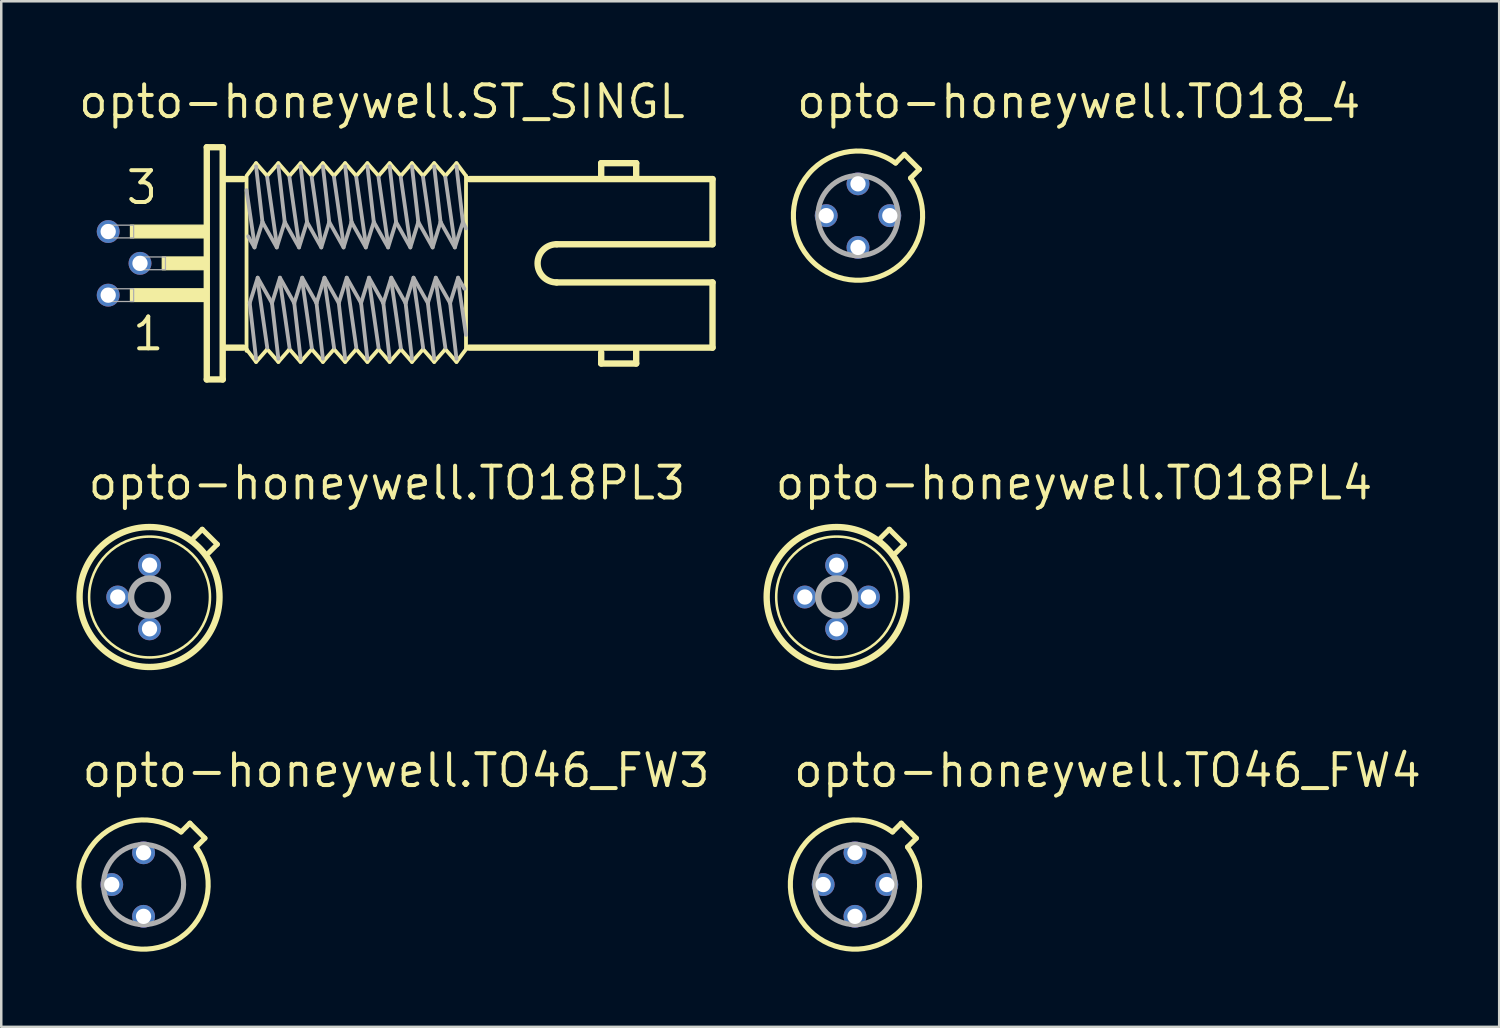
<source format=kicad_pcb>
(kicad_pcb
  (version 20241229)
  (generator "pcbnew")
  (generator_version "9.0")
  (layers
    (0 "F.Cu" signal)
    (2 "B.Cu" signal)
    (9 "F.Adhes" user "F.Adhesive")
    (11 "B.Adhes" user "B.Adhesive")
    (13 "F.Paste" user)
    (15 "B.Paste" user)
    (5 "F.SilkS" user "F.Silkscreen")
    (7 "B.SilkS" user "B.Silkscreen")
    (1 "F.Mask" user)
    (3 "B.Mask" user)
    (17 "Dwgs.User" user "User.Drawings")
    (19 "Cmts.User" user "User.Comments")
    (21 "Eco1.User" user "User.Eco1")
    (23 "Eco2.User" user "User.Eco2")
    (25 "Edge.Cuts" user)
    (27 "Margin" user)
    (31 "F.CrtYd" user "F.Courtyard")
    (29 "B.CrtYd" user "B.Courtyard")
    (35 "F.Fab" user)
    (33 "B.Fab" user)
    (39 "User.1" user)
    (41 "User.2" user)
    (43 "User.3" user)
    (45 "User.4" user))
  (footprint "opto-honeywell.TO18PL4"
    (layer "F.Cu")
    (at 30.356 20.788)
    (property "Reference" "opto-honeywell.TO18PL4" (at -2.54 -3.81 0) (layer "F.SilkS") (effects (font (size 1.27 1.27) (thickness 0.16)) (justify left bottom)))
    (attr through_hole)
    (fp_line (start 1.754 -2.354) (end 2.104 -2.704) (stroke (width 0.203) (type default)) (layer "F.SilkS"))
    (fp_line (start 2.104 -2.704) (end 2.704 -2.104) (stroke (width 0.203) (type default)) (layer "F.SilkS"))
    (fp_line (start 2.704 -2.104) (end 2.354 -1.754) (stroke (width 0.203) (type default)) (layer "F.SilkS"))
    (fp_circle (center 0 0) (end 2.413 0) (stroke (width 0.102) (type default)) (fill no) (layer "F.SilkS"))
    (fp_circle (center 0 0) (end 2.794 0) (stroke (width 0.254) (type default)) (fill no) (layer "F.SilkS"))
    (fp_circle (center 0 0) (end 0.737 0) (stroke (width 0.254) (type default)) (fill no) (layer "F.Fab"))
    (pad "1" thru_hole circle (at 0 -1.27) (size 0.914 0.914) (drill 0.61) (layers "*.Cu" "*.Mask"))
    (pad "2" thru_hole circle (at -1.27 0) (size 0.914 0.914) (drill 0.61) (layers "*.Cu" "*.Mask"))
    (pad "3" thru_hole circle (at 0 1.27) (size 0.914 0.914) (drill 0.61) (layers "*.Cu" "*.Mask"))
    (pad "4" thru_hole circle (at 1.27 0) (size 0.914 0.914) (drill 0.61) (layers "*.Cu" "*.Mask")))
  (footprint "opto-honeywell.TO46_FW4"
    (layer "F.Cu")
    (at 31.088 32.269)
    (property "Reference" "opto-honeywell.TO46_FW4" (at -2.54 -3.81 0) (layer "F.SilkS") (effects (font (size 1.27 1.27) (thickness 0.16)) (justify left bottom)))
    (attr through_hole)
    (fp_line (start 1.5 -2.1) (end 1.85 -2.45) (stroke (width 0.203) (type default)) (layer "F.SilkS"))
    (fp_line (start 1.85 -2.45) (end 2.45 -1.85) (stroke (width 0.203) (type default)) (layer "F.SilkS"))
    (fp_line (start 2.45 -1.85) (end 2.1 -1.5) (stroke (width 0.203) (type default)) (layer "F.SilkS"))
    (fp_arc (start 2.099999 -1.5) (mid -1.824854 1.824854) (end 1.5 -2.099999) (stroke (width 0.2032) (type default)) (layer "F.SilkS"))
    (fp_circle (center 0 0) (end 1.6 0) (stroke (width 0.203) (type default)) (fill no) (layer "F.Fab"))
    (pad "1" thru_hole circle (at 0 -1.27) (size 0.914 0.914) (drill 0.61) (layers "*.Cu" "*.Mask"))
    (pad "2" thru_hole circle (at -1.27 0) (size 0.914 0.914) (drill 0.61) (layers "*.Cu" "*.Mask"))
    (pad "3" thru_hole circle (at 0 1.27) (size 0.914 0.914) (drill 0.61) (layers "*.Cu" "*.Mask"))
    (pad "4" thru_hole circle (at 1.27 0) (size 0.914 0.914) (drill 0.61) (layers "*.Cu" "*.Mask")))
  (footprint "opto-honeywell.TO18_4"
    (layer "F.Cu")
    (at 31.209 5.56)
    (property "Reference" "opto-honeywell.TO18_4" (at -2.54 -3.81 0) (layer "F.SilkS") (effects (font (size 1.27 1.27) (thickness 0.16)) (justify left bottom)))
    (attr through_hole)
    (fp_line (start 1.5 -2.1) (end 1.85 -2.45) (stroke (width 0.203) (type default)) (layer "F.SilkS"))
    (fp_line (start 1.85 -2.45) (end 2.45 -1.85) (stroke (width 0.203) (type default)) (layer "F.SilkS"))
    (fp_line (start 2.45 -1.85) (end 2.1 -1.5) (stroke (width 0.203) (type default)) (layer "F.SilkS"))
    (fp_arc (start 2.099999 -1.5) (mid -1.824854 1.824854) (end 1.5 -2.099999) (stroke (width 0.2032) (type default)) (layer "F.SilkS"))
    (fp_circle (center 0 0) (end 1.6 0) (stroke (width 0.203) (type default)) (fill no) (layer "F.Fab"))
    (pad "1" thru_hole circle (at 0 -1.27) (size 0.914 0.914) (drill 0.61) (layers "*.Cu" "*.Mask"))
    (pad "2" thru_hole circle (at -1.27 0) (size 0.914 0.914) (drill 0.61) (layers "*.Cu" "*.Mask"))
    (pad "3" thru_hole circle (at 0 1.27) (size 0.914 0.914) (drill 0.61) (layers "*.Cu" "*.Mask"))
    (pad "4" thru_hole circle (at 1.27 0) (size 0.914 0.914) (drill 0.61) (layers "*.Cu" "*.Mask")))
  (footprint "opto-honeywell.TO18PL3"
    (layer "F.Cu")
    (at 2.921 20.788)
    (property "Reference" "opto-honeywell.TO18PL3" (at -2.54 -3.81 0) (layer "F.SilkS") (effects (font (size 1.27 1.27) (thickness 0.16)) (justify left bottom)))
    (attr through_hole)
    (fp_line (start 1.754 -2.354) (end 2.104 -2.704) (stroke (width 0.203) (type default)) (layer "F.SilkS"))
    (fp_line (start 2.104 -2.704) (end 2.704 -2.104) (stroke (width 0.203) (type default)) (layer "F.SilkS"))
    (fp_line (start 2.704 -2.104) (end 2.354 -1.754) (stroke (width 0.203) (type default)) (layer "F.SilkS"))
    (fp_circle (center 0 0) (end 2.413 0) (stroke (width 0.102) (type default)) (fill no) (layer "F.SilkS"))
    (fp_circle (center 0 0) (end 2.794 0) (stroke (width 0.254) (type default)) (fill no) (layer "F.SilkS"))
    (fp_circle (center 0 0) (end 0.737 0) (stroke (width 0.254) (type default)) (fill no) (layer "F.Fab"))
    (pad "1" thru_hole circle (at 0 -1.27) (size 0.914 0.914) (drill 0.61) (layers "*.Cu" "*.Mask"))
    (pad "2" thru_hole circle (at -1.27 0) (size 0.914 0.914) (drill 0.61) (layers "*.Cu" "*.Mask"))
    (pad "3" thru_hole circle (at 0 1.27) (size 0.914 0.914) (drill 0.61) (layers "*.Cu" "*.Mask")))
  (footprint "opto-honeywell.ST_SINGL"
    (layer "F.Cu")
    (at 5.08 7.465)
    (property "Reference" "opto-honeywell.ST_SINGL" (at -5.08 -5.715 0) (layer "F.SilkS") (effects (font (size 1.27 1.27) (thickness 0.16)) (justify left bottom)))
    (attr through_hole)
    (fp_line (start 0.127 -4.636) (end 0.762 -4.636) (stroke (width 0.254) (type default)) (layer "F.SilkS"))
    (fp_line (start 0.127 4.636) (end 0.127 -4.636) (stroke (width 0.254) (type default)) (layer "F.SilkS"))
    (fp_line (start 0.762 -4.636) (end 0.762 4.636) (stroke (width 0.254) (type default)) (layer "F.SilkS"))
    (fp_line (start 0.762 4.636) (end 0.127 4.636) (stroke (width 0.254) (type default)) (layer "F.SilkS"))
    (fp_line (start 0.889 -3.365) (end 1.587 -3.365) (stroke (width 0.254) (type default)) (layer "F.SilkS"))
    (fp_line (start 0.889 3.365) (end 1.587 3.365) (stroke (width 0.254) (type default)) (layer "F.SilkS"))
    (fp_line (start 1.714 -3.493) (end 2.095 -4) (stroke (width 0.152) (type default)) (layer "F.SilkS"))
    (fp_line (start 1.714 3.429) (end 1.714 -3.429) (stroke (width 0.152) (type default)) (layer "F.SilkS"))
    (fp_line (start 1.714 3.493) (end 1.714 3.429) (stroke (width 0.152) (type default)) (layer "F.SilkS"))
    (fp_line (start 2.095 -4) (end 2.54 -3.493) (stroke (width 0.152) (type default)) (layer "F.SilkS"))
    (fp_line (start 2.095 3.937) (end 1.714 3.429) (stroke (width 0.152) (type default)) (layer "F.SilkS"))
    (fp_line (start 2.54 -3.493) (end 2.985 -4) (stroke (width 0.152) (type default)) (layer "F.SilkS"))
    (fp_line (start 2.54 3.429) (end 2.095 3.937) (stroke (width 0.152) (type default)) (layer "F.SilkS"))
    (fp_line (start 2.985 -4) (end 3.429 -3.493) (stroke (width 0.152) (type default)) (layer "F.SilkS"))
    (fp_line (start 2.985 3.937) (end 2.54 3.429) (stroke (width 0.152) (type default)) (layer "F.SilkS"))
    (fp_line (start 3.429 -3.493) (end 3.873 -4) (stroke (width 0.152) (type default)) (layer "F.SilkS"))
    (fp_line (start 3.429 3.429) (end 2.985 3.937) (stroke (width 0.152) (type default)) (layer "F.SilkS"))
    (fp_line (start 3.873 -4) (end 4.318 -3.493) (stroke (width 0.152) (type default)) (layer "F.SilkS"))
    (fp_line (start 3.873 3.937) (end 3.429 3.429) (stroke (width 0.152) (type default)) (layer "F.SilkS"))
    (fp_line (start 4.318 -3.493) (end 4.763 -4) (stroke (width 0.152) (type default)) (layer "F.SilkS"))
    (fp_line (start 4.318 3.429) (end 3.873 3.937) (stroke (width 0.152) (type default)) (layer "F.SilkS"))
    (fp_line (start 4.763 -4) (end 5.207 -3.493) (stroke (width 0.152) (type default)) (layer "F.SilkS"))
    (fp_line (start 4.763 3.937) (end 4.318 3.429) (stroke (width 0.152) (type default)) (layer "F.SilkS"))
    (fp_line (start 5.207 -3.493) (end 5.652 -4) (stroke (width 0.152) (type default)) (layer "F.SilkS"))
    (fp_line (start 5.207 3.429) (end 4.763 3.937) (stroke (width 0.152) (type default)) (layer "F.SilkS"))
    (fp_line (start 5.652 -4) (end 6.096 -3.493) (stroke (width 0.152) (type default)) (layer "F.SilkS"))
    (fp_line (start 5.652 3.937) (end 5.207 3.429) (stroke (width 0.152) (type default)) (layer "F.SilkS"))
    (fp_line (start 6.096 -3.493) (end 6.54 -4) (stroke (width 0.152) (type default)) (layer "F.SilkS"))
    (fp_line (start 6.096 3.429) (end 5.652 3.937) (stroke (width 0.152) (type default)) (layer "F.SilkS"))
    (fp_line (start 6.54 -4) (end 6.985 -3.493) (stroke (width 0.152) (type default)) (layer "F.SilkS"))
    (fp_line (start 6.54 3.937) (end 6.096 3.429) (stroke (width 0.152) (type default)) (layer "F.SilkS"))
    (fp_line (start 6.985 -3.493) (end 7.429 -4) (stroke (width 0.152) (type default)) (layer "F.SilkS"))
    (fp_line (start 6.985 3.429) (end 6.54 3.937) (stroke (width 0.152) (type default)) (layer "F.SilkS"))
    (fp_line (start 7.429 -4) (end 7.874 -3.493) (stroke (width 0.152) (type default)) (layer "F.SilkS"))
    (fp_line (start 7.429 3.937) (end 6.985 3.429) (stroke (width 0.152) (type default)) (layer "F.SilkS"))
    (fp_line (start 7.874 -3.493) (end 8.319 -4) (stroke (width 0.152) (type default)) (layer "F.SilkS"))
    (fp_line (start 7.874 3.429) (end 7.429 3.937) (stroke (width 0.152) (type default)) (layer "F.SilkS"))
    (fp_line (start 8.319 -4) (end 8.763 -3.493) (stroke (width 0.152) (type default)) (layer "F.SilkS"))
    (fp_line (start 8.319 3.937) (end 7.874 3.429) (stroke (width 0.152) (type default)) (layer "F.SilkS"))
    (fp_line (start 8.763 -3.493) (end 9.207 -4) (stroke (width 0.152) (type default)) (layer "F.SilkS"))
    (fp_line (start 8.763 3.429) (end 8.319 3.937) (stroke (width 0.152) (type default)) (layer "F.SilkS"))
    (fp_line (start 9.207 -4) (end 9.652 -3.493) (stroke (width 0.152) (type default)) (layer "F.SilkS"))
    (fp_line (start 9.207 3.937) (end 8.763 3.429) (stroke (width 0.152) (type default)) (layer "F.SilkS"))
    (fp_line (start 9.652 -3.493) (end 10.097 -4) (stroke (width 0.152) (type default)) (layer "F.SilkS"))
    (fp_line (start 9.652 3.429) (end 9.207 3.937) (stroke (width 0.152) (type default)) (layer "F.SilkS"))
    (fp_line (start 10.097 -4) (end 10.477 -3.493) (stroke (width 0.152) (type default)) (layer "F.SilkS"))
    (fp_line (start 10.097 3.937) (end 9.652 3.429) (stroke (width 0.152) (type default)) (layer "F.SilkS"))
    (fp_line (start 10.477 -3.493) (end 10.477 3.429) (stroke (width 0.152) (type default)) (layer "F.SilkS"))
    (fp_line (start 10.477 3.429) (end 10.097 3.937) (stroke (width 0.152) (type default)) (layer "F.SilkS"))
    (fp_line (start 10.604 -3.365) (end 20.32 -3.365) (stroke (width 0.254) (type default)) (layer "F.SilkS"))
    (fp_line (start 14.097 0.762) (end 20.32 0.762) (stroke (width 0.254) (type default)) (layer "F.SilkS"))
    (fp_line (start 15.875 -4) (end 17.272 -4) (stroke (width 0.254) (type default)) (layer "F.SilkS"))
    (fp_line (start 15.875 -3.429) (end 15.875 -4) (stroke (width 0.254) (type default)) (layer "F.SilkS"))
    (fp_line (start 15.875 3.556) (end 15.875 4) (stroke (width 0.254) (type default)) (layer "F.SilkS"))
    (fp_line (start 15.875 4) (end 17.272 4) (stroke (width 0.254) (type default)) (layer "F.SilkS"))
    (fp_line (start 17.272 -4) (end 17.272 -3.493) (stroke (width 0.254) (type default)) (layer "F.SilkS"))
    (fp_line (start 17.272 4) (end 17.272 3.493) (stroke (width 0.254) (type default)) (layer "F.SilkS"))
    (fp_line (start 20.32 -3.365) (end 20.32 -0.762) (stroke (width 0.254) (type default)) (layer "F.SilkS"))
    (fp_line (start 20.32 -0.762) (end 14.097 -0.762) (stroke (width 0.254) (type default)) (layer "F.SilkS"))
    (fp_line (start 20.32 0.762) (end 20.32 3.365) (stroke (width 0.254) (type default)) (layer "F.SilkS"))
    (fp_line (start 20.32 3.365) (end 10.604 3.365) (stroke (width 0.254) (type default)) (layer "F.SilkS"))
    (fp_rect (start -2.921 -1.016) (end 0 -1.524) (stroke (width 0.05) (type default)) (fill yes) (layer "F.SilkS"))
    (fp_rect (start -2.921 1.524) (end 0 1.016) (stroke (width 0.05) (type default)) (fill yes) (layer "F.SilkS"))
    (fp_rect (start -1.651 0.254) (end 0 -0.254) (stroke (width 0.05) (type default)) (fill yes) (layer "F.SilkS"))
    (fp_arc (start 14.097 0.762) (mid 13.335 0) (end 14.097 -0.762) (stroke (width 0.254) (type default)) (layer "F.SilkS"))
    (fp_line (start 1.714 -2.921) (end 2.032 -0.762) (stroke (width 0.152) (type default)) (layer "F.Fab"))
    (fp_line (start 1.778 -1.079) (end 2.032 -0.635) (stroke (width 0.152) (type default)) (layer "F.Fab"))
    (fp_line (start 2.032 -0.635) (end 2.349 -1.651) (stroke (width 0.152) (type default)) (layer "F.Fab"))
    (fp_line (start 2.095 -3.873) (end 2.349 -1.651) (stroke (width 0.152) (type default)) (layer "F.Fab"))
    (fp_line (start 2.095 3.81) (end 1.841 1.587) (stroke (width 0.152) (type default)) (layer "F.Fab"))
    (fp_line (start 2.159 0.572) (end 1.841 1.587) (stroke (width 0.152) (type default)) (layer "F.Fab"))
    (fp_line (start 2.349 -1.651) (end 2.921 -0.635) (stroke (width 0.152) (type default)) (layer "F.Fab"))
    (fp_line (start 2.54 -3.429) (end 2.921 -0.762) (stroke (width 0.152) (type default)) (layer "F.Fab"))
    (fp_line (start 2.54 3.365) (end 2.159 0.699) (stroke (width 0.152) (type default)) (layer "F.Fab"))
    (fp_line (start 2.731 1.587) (end 2.159 0.572) (stroke (width 0.152) (type default)) (layer "F.Fab"))
    (fp_line (start 2.921 -0.635) (end 3.239 -1.651) (stroke (width 0.152) (type default)) (layer "F.Fab"))
    (fp_line (start 2.985 -3.873) (end 3.239 -1.651) (stroke (width 0.152) (type default)) (layer "F.Fab"))
    (fp_line (start 2.985 3.81) (end 2.731 1.587) (stroke (width 0.152) (type default)) (layer "F.Fab"))
    (fp_line (start 3.048 0.572) (end 2.731 1.587) (stroke (width 0.152) (type default)) (layer "F.Fab"))
    (fp_line (start 3.239 -1.651) (end 3.81 -0.635) (stroke (width 0.152) (type default)) (layer "F.Fab"))
    (fp_line (start 3.429 -3.429) (end 3.81 -0.762) (stroke (width 0.152) (type default)) (layer "F.Fab"))
    (fp_line (start 3.429 3.365) (end 3.048 0.699) (stroke (width 0.152) (type default)) (layer "F.Fab"))
    (fp_line (start 3.619 1.587) (end 3.048 0.572) (stroke (width 0.152) (type default)) (layer "F.Fab"))
    (fp_line (start 3.81 -0.635) (end 4.128 -1.651) (stroke (width 0.152) (type default)) (layer "F.Fab"))
    (fp_line (start 3.873 -3.873) (end 4.128 -1.651) (stroke (width 0.152) (type default)) (layer "F.Fab"))
    (fp_line (start 3.873 3.81) (end 3.619 1.587) (stroke (width 0.152) (type default)) (layer "F.Fab"))
    (fp_line (start 3.937 0.572) (end 3.619 1.587) (stroke (width 0.152) (type default)) (layer "F.Fab"))
    (fp_line (start 4.128 -1.651) (end 4.699 -0.635) (stroke (width 0.152) (type default)) (layer "F.Fab"))
    (fp_line (start 4.318 -3.429) (end 4.699 -0.762) (stroke (width 0.152) (type default)) (layer "F.Fab"))
    (fp_line (start 4.318 3.365) (end 3.937 0.699) (stroke (width 0.152) (type default)) (layer "F.Fab"))
    (fp_line (start 4.508 1.587) (end 3.937 0.572) (stroke (width 0.152) (type default)) (layer "F.Fab"))
    (fp_line (start 4.699 -0.635) (end 5.016 -1.651) (stroke (width 0.152) (type default)) (layer "F.Fab"))
    (fp_line (start 4.763 -3.873) (end 5.016 -1.651) (stroke (width 0.152) (type default)) (layer "F.Fab"))
    (fp_line (start 4.763 3.81) (end 4.508 1.587) (stroke (width 0.152) (type default)) (layer "F.Fab"))
    (fp_line (start 4.826 0.572) (end 4.508 1.587) (stroke (width 0.152) (type default)) (layer "F.Fab"))
    (fp_line (start 5.016 -1.651) (end 5.588 -0.635) (stroke (width 0.152) (type default)) (layer "F.Fab"))
    (fp_line (start 5.207 -3.429) (end 5.588 -0.762) (stroke (width 0.152) (type default)) (layer "F.Fab"))
    (fp_line (start 5.207 3.365) (end 4.826 0.699) (stroke (width 0.152) (type default)) (layer "F.Fab"))
    (fp_line (start 5.397 1.587) (end 4.826 0.572) (stroke (width 0.152) (type default)) (layer "F.Fab"))
    (fp_line (start 5.588 -0.635) (end 5.905 -1.651) (stroke (width 0.152) (type default)) (layer "F.Fab"))
    (fp_line (start 5.652 -3.873) (end 5.905 -1.651) (stroke (width 0.152) (type default)) (layer "F.Fab"))
    (fp_line (start 5.652 3.81) (end 5.397 1.587) (stroke (width 0.152) (type default)) (layer "F.Fab"))
    (fp_line (start 5.715 0.572) (end 5.397 1.587) (stroke (width 0.152) (type default)) (layer "F.Fab"))
    (fp_line (start 5.905 -1.651) (end 6.477 -0.635) (stroke (width 0.152) (type default)) (layer "F.Fab"))
    (fp_line (start 6.096 -3.429) (end 6.477 -0.762) (stroke (width 0.152) (type default)) (layer "F.Fab"))
    (fp_line (start 6.096 3.365) (end 5.715 0.699) (stroke (width 0.152) (type default)) (layer "F.Fab"))
    (fp_line (start 6.287 1.587) (end 5.715 0.572) (stroke (width 0.152) (type default)) (layer "F.Fab"))
    (fp_line (start 6.477 -0.635) (end 6.795 -1.651) (stroke (width 0.152) (type default)) (layer "F.Fab"))
    (fp_line (start 6.54 -3.873) (end 6.795 -1.651) (stroke (width 0.152) (type default)) (layer "F.Fab"))
    (fp_line (start 6.54 3.81) (end 6.287 1.587) (stroke (width 0.152) (type default)) (layer "F.Fab"))
    (fp_line (start 6.604 0.572) (end 6.287 1.587) (stroke (width 0.152) (type default)) (layer "F.Fab"))
    (fp_line (start 6.795 -1.651) (end 7.366 -0.635) (stroke (width 0.152) (type default)) (layer "F.Fab"))
    (fp_line (start 6.985 -3.429) (end 7.366 -0.762) (stroke (width 0.152) (type default)) (layer "F.Fab"))
    (fp_line (start 6.985 3.365) (end 6.604 0.699) (stroke (width 0.152) (type default)) (layer "F.Fab"))
    (fp_line (start 7.176 1.587) (end 6.604 0.572) (stroke (width 0.152) (type default)) (layer "F.Fab"))
    (fp_line (start 7.366 -0.635) (end 7.684 -1.651) (stroke (width 0.152) (type default)) (layer "F.Fab"))
    (fp_line (start 7.429 -3.873) (end 7.684 -1.651) (stroke (width 0.152) (type default)) (layer "F.Fab"))
    (fp_line (start 7.429 3.81) (end 7.176 1.587) (stroke (width 0.152) (type default)) (layer "F.Fab"))
    (fp_line (start 7.493 0.572) (end 7.176 1.587) (stroke (width 0.152) (type default)) (layer "F.Fab"))
    (fp_line (start 7.684 -1.651) (end 8.255 -0.635) (stroke (width 0.152) (type default)) (layer "F.Fab"))
    (fp_line (start 7.874 -3.429) (end 8.255 -0.762) (stroke (width 0.152) (type default)) (layer "F.Fab"))
    (fp_line (start 7.874 3.365) (end 7.493 0.699) (stroke (width 0.152) (type default)) (layer "F.Fab"))
    (fp_line (start 8.065 1.587) (end 7.493 0.572) (stroke (width 0.152) (type default)) (layer "F.Fab"))
    (fp_line (start 8.255 -0.635) (end 8.572 -1.651) (stroke (width 0.152) (type default)) (layer "F.Fab"))
    (fp_line (start 8.319 -3.873) (end 8.572 -1.651) (stroke (width 0.152) (type default)) (layer "F.Fab"))
    (fp_line (start 8.319 3.81) (end 8.065 1.587) (stroke (width 0.152) (type default)) (layer "F.Fab"))
    (fp_line (start 8.382 0.572) (end 8.065 1.587) (stroke (width 0.152) (type default)) (layer "F.Fab"))
    (fp_line (start 8.572 -1.651) (end 9.144 -0.635) (stroke (width 0.152) (type default)) (layer "F.Fab"))
    (fp_line (start 8.763 -3.429) (end 9.144 -0.762) (stroke (width 0.152) (type default)) (layer "F.Fab"))
    (fp_line (start 8.763 3.365) (end 8.382 0.699) (stroke (width 0.152) (type default)) (layer "F.Fab"))
    (fp_line (start 8.954 1.587) (end 8.382 0.572) (stroke (width 0.152) (type default)) (layer "F.Fab"))
    (fp_line (start 9.144 -0.635) (end 9.461 -1.651) (stroke (width 0.152) (type default)) (layer "F.Fab"))
    (fp_line (start 9.207 -3.873) (end 9.461 -1.651) (stroke (width 0.152) (type default)) (layer "F.Fab"))
    (fp_line (start 9.207 3.81) (end 8.954 1.587) (stroke (width 0.152) (type default)) (layer "F.Fab"))
    (fp_line (start 9.271 0.572) (end 8.954 1.587) (stroke (width 0.152) (type default)) (layer "F.Fab"))
    (fp_line (start 9.461 -1.651) (end 10.033 -0.635) (stroke (width 0.152) (type default)) (layer "F.Fab"))
    (fp_line (start 9.652 -3.429) (end 10.033 -0.762) (stroke (width 0.152) (type default)) (layer "F.Fab"))
    (fp_line (start 9.652 3.365) (end 9.271 0.699) (stroke (width 0.152) (type default)) (layer "F.Fab"))
    (fp_line (start 9.842 1.587) (end 9.271 0.572) (stroke (width 0.152) (type default)) (layer "F.Fab"))
    (fp_line (start 10.033 -0.635) (end 10.351 -1.651) (stroke (width 0.152) (type default)) (layer "F.Fab"))
    (fp_line (start 10.097 -3.873) (end 10.351 -1.651) (stroke (width 0.152) (type default)) (layer "F.Fab"))
    (fp_line (start 10.097 3.81) (end 9.842 1.587) (stroke (width 0.152) (type default)) (layer "F.Fab"))
    (fp_line (start 10.16 0.572) (end 9.842 1.587) (stroke (width 0.152) (type default)) (layer "F.Fab"))
    (fp_line (start 10.351 -1.651) (end 10.477 -1.397) (stroke (width 0.152) (type default)) (layer "F.Fab"))
    (fp_line (start 10.414 1.016) (end 10.16 0.572) (stroke (width 0.152) (type default)) (layer "F.Fab"))
    (fp_line (start 10.477 2.857) (end 10.16 0.699) (stroke (width 0.152) (type default)) (layer "F.Fab"))
    (fp_rect (start -3.937 -1.016) (end -2.794 -1.524) (stroke (width 0.05) (type default)) (fill no) (layer "F.Fab"))
    (fp_rect (start -3.937 1.524) (end -2.794 1.016) (stroke (width 0.05) (type default)) (fill no) (layer "F.Fab"))
    (fp_rect (start -2.667 0.254) (end -1.524 -0.254) (stroke (width 0.05) (type default)) (fill no) (layer "F.Fab"))
    (fp_text user "1" (at -2.921 3.556 0) (layer "F.SilkS") (effects (font (size 1.27 1.27) (thickness 0.16)) (justify left bottom)))
    (fp_text user "3" (at -3.175 -2.286 0) (layer "F.SilkS") (effects (font (size 1.27 1.27) (thickness 0.16)) (justify left bottom)))
    (pad "1" thru_hole circle (at -3.81 1.27) (size 0.914 0.914) (drill 0.61) (layers "*.Cu" "*.Mask"))
    (pad "2" thru_hole circle (at -2.54 0) (size 0.914 0.914) (drill 0.61) (layers "*.Cu" "*.Mask"))
    (pad "3" thru_hole circle (at -3.81 -1.27) (size 0.914 0.914) (drill 0.61) (layers "*.Cu" "*.Mask")))
  (footprint "opto-honeywell.TO46_FW3"
    (layer "F.Cu")
    (at 2.682 32.269)
    (property "Reference" "opto-honeywell.TO46_FW3" (at -2.54 -3.81 0) (layer "F.SilkS") (effects (font (size 1.27 1.27) (thickness 0.16)) (justify left bottom)))
    (attr through_hole)
    (fp_line (start 1.5 -2.1) (end 1.85 -2.45) (stroke (width 0.203) (type default)) (layer "F.SilkS"))
    (fp_line (start 1.85 -2.45) (end 2.45 -1.85) (stroke (width 0.203) (type default)) (layer "F.SilkS"))
    (fp_line (start 2.45 -1.85) (end 2.1 -1.5) (stroke (width 0.203) (type default)) (layer "F.SilkS"))
    (fp_arc (start 2.099999 -1.5) (mid -1.824854 1.824854) (end 1.5 -2.099999) (stroke (width 0.2032) (type default)) (layer "F.SilkS"))
    (fp_circle (center 0 0) (end 1.6 0) (stroke (width 0.203) (type default)) (fill no) (layer "F.Fab"))
    (pad "1" thru_hole circle (at 0 -1.27) (size 0.914 0.914) (drill 0.61) (layers "*.Cu" "*.Mask"))
    (pad "2" thru_hole circle (at -1.27 0) (size 0.914 0.914) (drill 0.61) (layers "*.Cu" "*.Mask"))
    (pad "3" thru_hole circle (at 0 1.27) (size 0.914 0.914) (drill 0.61) (layers "*.Cu" "*.Mask")))
  (gr_rect
    (start -3 -3)
    (end 56.811 37.951)
    (stroke (width 0.1) (type default))
    (fill no)
    (layer "Edge.Cuts")))
</source>
